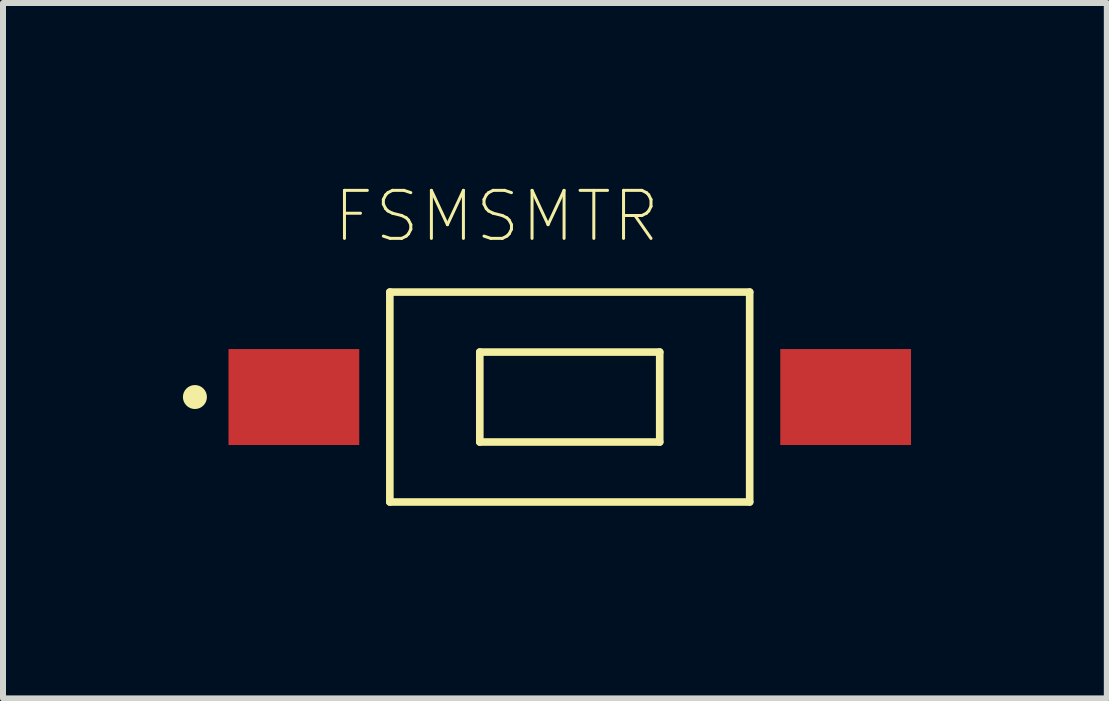
<source format=kicad_pcb>
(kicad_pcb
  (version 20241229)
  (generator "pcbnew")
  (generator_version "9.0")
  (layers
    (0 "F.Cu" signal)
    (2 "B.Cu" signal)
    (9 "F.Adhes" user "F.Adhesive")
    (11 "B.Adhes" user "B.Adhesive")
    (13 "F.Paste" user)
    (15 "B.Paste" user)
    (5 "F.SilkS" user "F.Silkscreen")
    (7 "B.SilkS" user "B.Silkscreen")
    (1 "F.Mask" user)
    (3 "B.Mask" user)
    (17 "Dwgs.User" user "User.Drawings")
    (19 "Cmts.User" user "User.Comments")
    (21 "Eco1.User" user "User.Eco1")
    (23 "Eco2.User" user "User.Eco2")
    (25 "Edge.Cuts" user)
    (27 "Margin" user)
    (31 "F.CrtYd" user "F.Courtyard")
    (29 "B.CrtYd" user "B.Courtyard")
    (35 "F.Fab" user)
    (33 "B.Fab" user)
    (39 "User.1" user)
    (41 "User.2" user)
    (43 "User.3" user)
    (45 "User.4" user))
  (footprint "FSMSMTR"
    (layer "F.Cu")
    (at 6.45 3.57)
    (property "Reference" "FSMSMTR" (at -1.22 -3.013 0) (layer "F.SilkS") (effects (font (size 0.801 0.801) (thickness 0.05))))
    (attr smd)
    (fp_line (start -3 -1.75) (end -3 1.75) (stroke (width 0.127) (type solid)) (layer "F.SilkS"))
    (fp_line (start -3 1.75) (end 3 1.75) (stroke (width 0.127) (type solid)) (layer "F.SilkS"))
    (fp_line (start -1.5 -0.75) (end -1.5 0.75) (stroke (width 0.127) (type solid)) (layer "F.SilkS"))
    (fp_line (start -1.5 0.75) (end 1.5 0.75) (stroke (width 0.127) (type solid)) (layer "F.SilkS"))
    (fp_line (start 1.5 -0.75) (end -1.5 -0.75) (stroke (width 0.127) (type solid)) (layer "F.SilkS"))
    (fp_line (start 1.5 0.75) (end 1.5 -0.75) (stroke (width 0.127) (type solid)) (layer "F.SilkS"))
    (fp_line (start 3 -1.75) (end -3 -1.75) (stroke (width 0.127) (type solid)) (layer "F.SilkS"))
    (fp_line (start 3 1.75) (end 3 -1.75) (stroke (width 0.127) (type solid)) (layer "F.SilkS"))
    (fp_circle (center -6.25 0) (end -6.15 0) (stroke (width 0.2) (type solid)) (fill no) (layer "F.SilkS"))
    (fp_line (start -5.93 -1.05) (end -3.25 -1.05) (stroke (width 0.05) (type solid)) (layer "Eco1.User"))
    (fp_line (start -5.93 1.05) (end -5.93 -1.05) (stroke (width 0.05) (type solid)) (layer "Eco1.User"))
    (fp_line (start -3.25 -2) (end 3.25 -2) (stroke (width 0.05) (type solid)) (layer "Eco1.User"))
    (fp_line (start -3.25 -1.05) (end -3.25 -2) (stroke (width 0.05) (type solid)) (layer "Eco1.User"))
    (fp_line (start -3.25 1.05) (end -5.93 1.05) (stroke (width 0.05) (type solid)) (layer "Eco1.User"))
    (fp_line (start -3.25 2) (end -3.25 1.05) (stroke (width 0.05) (type solid)) (layer "Eco1.User"))
    (fp_line (start 3.25 -2) (end 3.25 -1.05) (stroke (width 0.05) (type solid)) (layer "Eco1.User"))
    (fp_line (start 3.25 -1.05) (end 5.93 -1.05) (stroke (width 0.05) (type solid)) (layer "Eco1.User"))
    (fp_line (start 3.25 1.05) (end 3.25 2) (stroke (width 0.05) (type solid)) (layer "Eco1.User"))
    (fp_line (start 3.25 2) (end -3.25 2) (stroke (width 0.05) (type solid)) (layer "Eco1.User"))
    (fp_line (start 5.93 -1.05) (end 5.93 1.05) (stroke (width 0.05) (type solid)) (layer "Eco1.User"))
    (fp_line (start 5.93 1.05) (end 3.25 1.05) (stroke (width 0.05) (type solid)) (layer "Eco1.User"))
    (fp_line (start -3 -1.75) (end -3 1.75) (stroke (width 0.127) (type solid)) (layer "Eco2.User"))
    (fp_line (start -3 1.75) (end 3 1.75) (stroke (width 0.127) (type solid)) (layer "Eco2.User"))
    (fp_line (start -2 -0.5) (end -2 0.5) (stroke (width 0.127) (type solid)) (layer "Eco2.User"))
    (fp_line (start -1.5 -0.75) (end -1.5 0.75) (stroke (width 0.127) (type solid)) (layer "Eco2.User"))
    (fp_line (start -1.5 0.75) (end 1.5 0.75) (stroke (width 0.127) (type solid)) (layer "Eco2.User"))
    (fp_line (start -1.5 1) (end 1.5 1) (stroke (width 0.127) (type solid)) (layer "Eco2.User"))
    (fp_line (start 1.5 -1) (end -1.5 -1) (stroke (width 0.127) (type solid)) (layer "Eco2.User"))
    (fp_line (start 1.5 -0.75) (end -1.5 -0.75) (stroke (width 0.127) (type solid)) (layer "Eco2.User"))
    (fp_line (start 1.5 0.75) (end 1.5 -0.75) (stroke (width 0.127) (type solid)) (layer "Eco2.User"))
    (fp_line (start 2 0.5) (end 2 -0.5) (stroke (width 0.127) (type solid)) (layer "Eco2.User"))
    (fp_line (start 3 -1.75) (end -3 -1.75) (stroke (width 0.127) (type solid)) (layer "Eco2.User"))
    (fp_line (start 3 1.75) (end 3 -1.75) (stroke (width 0.127) (type solid)) (layer "Eco2.User"))
    (fp_arc (start -2 -0.5) (mid -1.853553 -0.853553) (end -1.5 -1) (stroke (width 0.127) (type solid)) (layer "Eco2.User"))
    (fp_arc (start -1.5 1) (mid -1.853553 0.853553) (end -2 0.5) (stroke (width 0.127) (type solid)) (layer "Eco2.User"))
    (fp_arc (start 1.5 -1) (mid 1.853553 -0.853553) (end 2 -0.5) (stroke (width 0.127) (type solid)) (layer "Eco2.User"))
    (fp_arc (start 2 0.5) (mid 1.853553 0.853553) (end 1.5 1) (stroke (width 0.127) (type solid)) (layer "Eco2.User"))
    (fp_circle (center -4.6 0) (end -4.5 0) (stroke (width 0.2) (type solid)) (fill no) (layer "Eco2.User"))
    (pad "1" smd rect (at -4.6 0) (size 2.18 1.6) (layers "F.Cu" "F.Mask" "F.Paste"))
    (pad "2" smd rect (at 4.6 0) (size 2.18 1.6) (layers "F.Cu" "F.Mask" "F.Paste")))
  (gr_rect
    (start -3 -3)
    (end 15.405 8.595)
    (stroke (width 0.1) (type default))
    (fill no)
    (layer "Edge.Cuts")))
</source>
